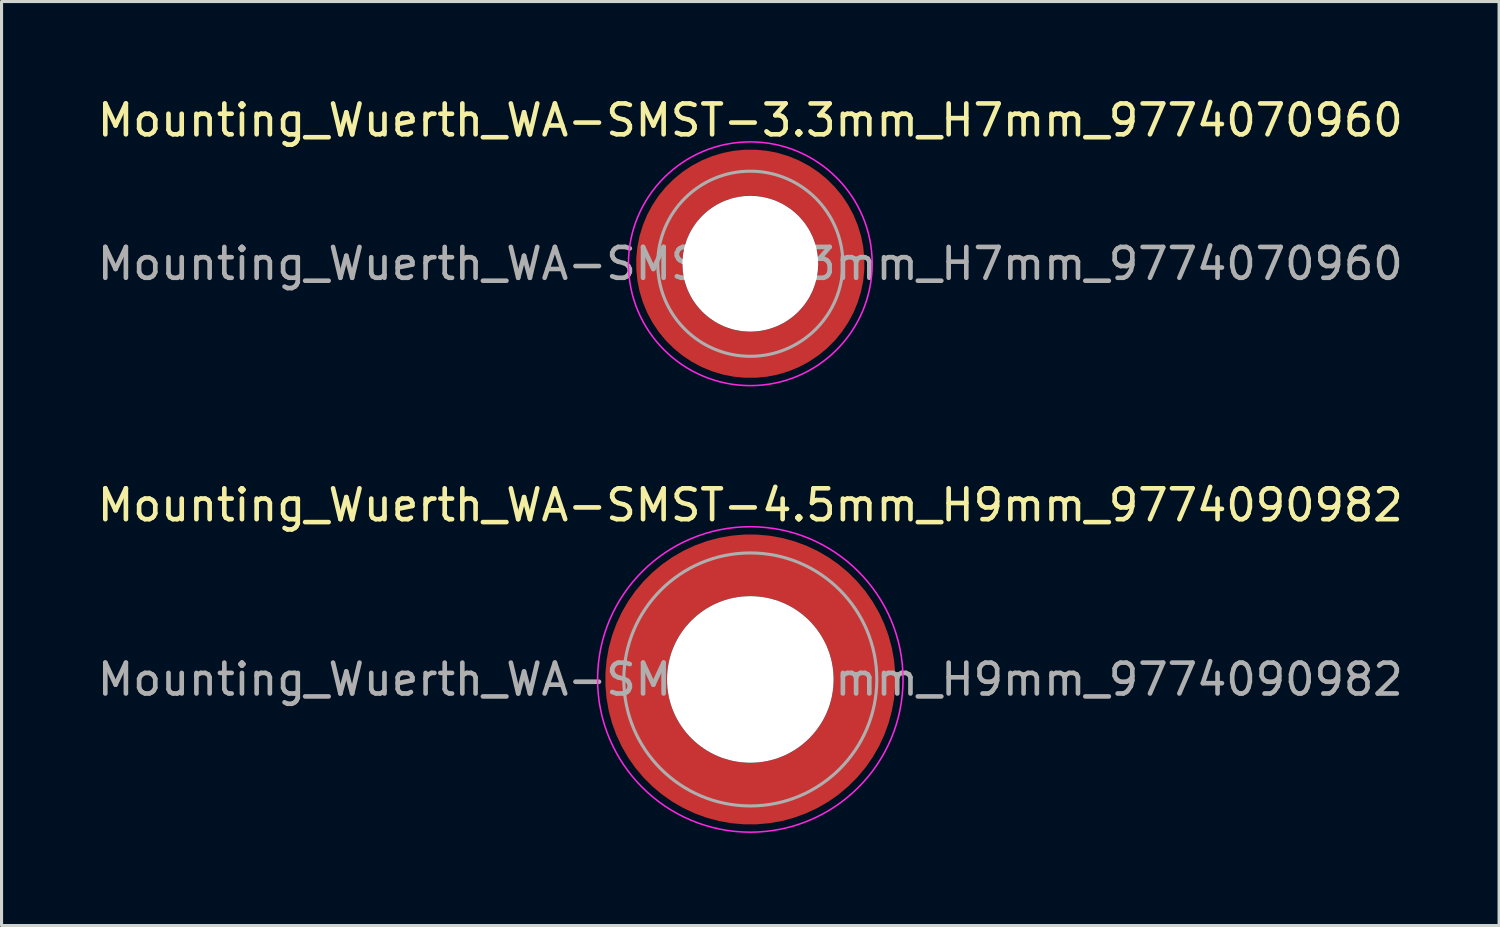
<source format=kicad_pcb>
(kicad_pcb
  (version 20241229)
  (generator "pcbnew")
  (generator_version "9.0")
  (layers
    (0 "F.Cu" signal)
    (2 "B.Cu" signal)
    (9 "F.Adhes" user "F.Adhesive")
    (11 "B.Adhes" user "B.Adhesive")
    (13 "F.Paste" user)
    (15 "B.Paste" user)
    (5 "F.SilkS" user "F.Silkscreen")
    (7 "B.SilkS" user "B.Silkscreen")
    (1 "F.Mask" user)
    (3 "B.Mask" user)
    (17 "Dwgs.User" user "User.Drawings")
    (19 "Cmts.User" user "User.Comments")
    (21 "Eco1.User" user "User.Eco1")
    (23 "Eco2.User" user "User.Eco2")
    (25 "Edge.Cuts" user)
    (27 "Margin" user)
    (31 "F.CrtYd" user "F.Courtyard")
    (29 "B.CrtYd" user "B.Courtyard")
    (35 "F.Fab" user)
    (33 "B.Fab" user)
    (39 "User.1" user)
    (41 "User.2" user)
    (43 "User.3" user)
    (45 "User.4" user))
  (footprint "Mounting_Wuerth_WA-SMST-4.5mm_H9mm_9774090982"
    (layer "F.Cu")
    (at 21.268 18.971)
    (property "Reference" "Mounting_Wuerth_WA-SMST-4.5mm_H9mm_9774090982" (at 0 -5.65 0) (layer "F.SilkS") (effects (font (size 1 1) (thickness 0.15))))
    (attr smd)
    (fp_circle (center 0 0) (end 4.95 0) (stroke (width 0.05) (type solid)) (fill no) (layer "F.CrtYd"))
    (fp_circle (center 0 0) (end 4.1 0) (stroke (width 0.1) (type solid)) (fill no) (layer "F.Fab"))
    (fp_text user "${REFERENCE}" (at 0 0 0) (layer "F.Fab") (effects (font (size 1 1) (thickness 0.15))))
    (pad "" smd custom (at -2.607 -2.607) (size 1.495 1.495) (layers "F.Paste") (options (anchor circle)) (primitives (gr_arc (start -0.188183 2.107456) (mid 0.598928 0.599619) (end 2.106494 -0.188011) (width 0.2)) (gr_arc (start -0.289416 2.107456) (mid 0.528508 0.529033) (end 2.106724 -0.28929) (width 0.2)) (gr_arc (start -0.390547 2.107456) (mid 0.457087 0.459449) (end 2.104161 -0.389996) (width 0.2)) (gr_arc (start -0.491585 2.107456) (mid 0.386415 0.389116) (end 2.103685 -0.490974) (width 0.2)) (gr_arc (start -0.59254 2.107456) (mid 0.31649 0.318035) (end 2.105297 -0.592202) (width 0.2)) (gr_arc (start -0.693419 2.107456) (mid 0.245252 0.248268) (end 2.103239 -0.692777) (width 0.2)) (gr_arc (start -0.794229 2.107456) (mid 0.174636 0.177878) (end 2.102921 -0.793559) (width 0.2)) (gr_arc (start -0.894975 2.107456) (mid 0.104643 0.106866) (end 2.104343 -0.894529) (width 0.2)) (gr_arc (start -0.995664 2.107456) (mid 0.033026 0.037479) (end 2.101219 -0.994793) (width 0.2)) (gr_arc (start -1.0963 2.107456) (mid -0.035789 -0.034714) (end 2.105949 -1.096096) (width 0.2)) (gr_arc (start -1.196886 2.107456) (mid -0.106351 -0.105157) (end 2.105783 -1.196666) (width 0.2)) (gr_arc (start -1.297427 2.107456) (mid -0.176416 -0.176097) (end 2.107009 -1.29737) (width 0.2)) (gr_arc (start -1.397927 2.107456) (mid -0.248476 -0.245042) (end 2.102638 -1.397323) (width 0.2)) (gr_arc (start -1.498388 2.107456) (mid -0.317612 -0.316913) (end 2.106475 -1.498268) (width 0.2)) (gr_arc (start -1.598813 2.107456) (mid -0.388865 -0.386665) (end 2.104366 -1.598444) (width 0.2)) (gr_arc (start -1.699204 2.107456) (mid -0.459747 -0.456787) (end 2.103299 -1.698719) (width 0.2)) (gr_arc (start -1.799565 2.107456) (mid -0.530257 -0.527283) (end 2.103277 -1.799089) (width 0.2)) (gr_arc (start -1.899896 2.107456) (mid -0.600396 -0.59815) (end 2.104299 -1.899545) (width 0.2)) (gr_arc (start -1.899896 2.107456) (mid -0.600396 -0.59815) (end 2.104299 -1.899545) (width 0.2)) (gr_line (start 2.107 -0.188) (end 2.107 -1.9) (width 0.2)) (gr_line (start -0.188 2.107) (end -1.9 2.107) (width 0.2))))
    (pad "" smd custom (at -2.607 2.607) (size 1.495 1.495) (layers "F.Paste") (options (anchor circle)) (primitives (gr_arc (start 2.107456 0.188183) (mid 0.599619 -0.598928) (end -0.188011 -2.106494) (width 0.2)) (gr_arc (start 2.107456 0.289416) (mid 0.529033 -0.528508) (end -0.28929 -2.106724) (width 0.2)) (gr_arc (start 2.107456 0.390547) (mid 0.459449 -0.457087) (end -0.389996 -2.104161) (width 0.2)) (gr_arc (start 2.107456 0.491585) (mid 0.389116 -0.386415) (end -0.490974 -2.103685) (width 0.2)) (gr_arc (start 2.107456 0.59254) (mid 0.318035 -0.31649) (end -0.592202 -2.105297) (width 0.2)) (gr_arc (start 2.107456 0.693419) (mid 0.248268 -0.245252) (end -0.692777 -2.103239) (width 0.2)) (gr_arc (start 2.107456 0.794229) (mid 0.177878 -0.174636) (end -0.793559 -2.102921) (width 0.2)) (gr_arc (start 2.107456 0.894975) (mid 0.106866 -0.104643) (end -0.894529 -2.104343) (width 0.2)) (gr_arc (start 2.107456 0.995664) (mid 0.037479 -0.033026) (end -0.994793 -2.101219) (width 0.2)) (gr_arc (start 2.107456 1.0963) (mid -0.034714 0.035789) (end -1.096096 -2.105949) (width 0.2)) (gr_arc (start 2.107456 1.196886) (mid -0.105157 0.106351) (end -1.196666 -2.105783) (width 0.2)) (gr_arc (start 2.107456 1.297427) (mid -0.176097 0.176416) (end -1.29737 -2.107009) (width 0.2)) (gr_arc (start 2.107456 1.397927) (mid -0.245042 0.248476) (end -1.397323 -2.102638) (width 0.2)) (gr_arc (start 2.107456 1.498388) (mid -0.316913 0.317612) (end -1.498268 -2.106475) (width 0.2)) (gr_arc (start 2.107456 1.598813) (mid -0.386665 0.388865) (end -1.598444 -2.104366) (width 0.2)) (gr_arc (start 2.107456 1.699204) (mid -0.456787 0.459747) (end -1.698719 -2.103299) (width 0.2)) (gr_arc (start 2.107456 1.799565) (mid -0.527283 0.530257) (end -1.799089 -2.103277) (width 0.2)) (gr_arc (start 2.107456 1.899896) (mid -0.59815 0.600396) (end -1.899545 -2.104299) (width 0.2)) (gr_arc (start 2.107456 1.899896) (mid -0.59815 0.600396) (end -1.899545 -2.104299) (width 0.2)) (gr_line (start -0.188 -2.107) (end -1.9 -2.107) (width 0.2)) (gr_line (start 2.107 0.188) (end 2.107 1.9) (width 0.2))))
    (pad "" np_thru_hole circle (at 0 0) (size 5.4 5.4) (drill 5.4) (layers "*.Cu" "*.Mask"))
    (pad "" smd custom (at 2.607 -2.607) (size 1.495 1.495) (layers "F.Paste") (options (anchor circle)) (primitives (gr_arc (start -2.107456 -0.188183) (mid -0.599619 0.598928) (end 0.188011 2.106494) (width 0.2)) (gr_arc (start -2.107456 -0.289416) (mid -0.529033 0.528508) (end 0.28929 2.106724) (width 0.2)) (gr_arc (start -2.107456 -0.390547) (mid -0.459449 0.457087) (end 0.389996 2.104161) (width 0.2)) (gr_arc (start -2.107456 -0.491585) (mid -0.389116 0.386415) (end 0.490974 2.103685) (width 0.2)) (gr_arc (start -2.107456 -0.59254) (mid -0.318035 0.31649) (end 0.592202 2.105297) (width 0.2)) (gr_arc (start -2.107456 -0.693419) (mid -0.248268 0.245252) (end 0.692777 2.103239) (width 0.2)) (gr_arc (start -2.107456 -0.794229) (mid -0.177878 0.174636) (end 0.793559 2.102921) (width 0.2)) (gr_arc (start -2.107456 -0.894975) (mid -0.106866 0.104643) (end 0.894529 2.104343) (width 0.2)) (gr_arc (start -2.107456 -0.995664) (mid -0.037479 0.033026) (end 0.994793 2.101219) (width 0.2)) (gr_arc (start -2.107456 -1.0963) (mid 0.034714 -0.035789) (end 1.096096 2.105949) (width 0.2)) (gr_arc (start -2.107456 -1.196886) (mid 0.105157 -0.106351) (end 1.196666 2.105783) (width 0.2)) (gr_arc (start -2.107456 -1.297427) (mid 0.176097 -0.176416) (end 1.29737 2.107009) (width 0.2)) (gr_arc (start -2.107456 -1.397927) (mid 0.245042 -0.248476) (end 1.397323 2.102638) (width 0.2)) (gr_arc (start -2.107456 -1.498388) (mid 0.316913 -0.317612) (end 1.498268 2.106475) (width 0.2)) (gr_arc (start -2.107456 -1.598813) (mid 0.386665 -0.388865) (end 1.598444 2.104366) (width 0.2)) (gr_arc (start -2.107456 -1.699204) (mid 0.456787 -0.459747) (end 1.698719 2.103299) (width 0.2)) (gr_arc (start -2.107456 -1.799565) (mid 0.527283 -0.530257) (end 1.799089 2.103277) (width 0.2)) (gr_arc (start -2.107456 -1.899896) (mid 0.59815 -0.600396) (end 1.899545 2.104299) (width 0.2)) (gr_arc (start -2.107456 -1.899896) (mid 0.59815 -0.600396) (end 1.899545 2.104299) (width 0.2)) (gr_line (start 0.188 2.107) (end 1.9 2.107) (width 0.2)) (gr_line (start -2.107 -0.188) (end -2.107 -1.9) (width 0.2))))
    (pad "" smd custom (at 2.607 2.607) (size 1.495 1.495) (layers "F.Paste") (options (anchor circle)) (primitives (gr_arc (start 0.188183 -2.107456) (mid -0.598928 -0.599619) (end -2.106494 0.188011) (width 0.2)) (gr_arc (start 0.289416 -2.107456) (mid -0.528508 -0.529033) (end -2.106724 0.28929) (width 0.2)) (gr_arc (start 0.390547 -2.107456) (mid -0.457087 -0.459449) (end -2.104161 0.389996) (width 0.2)) (gr_arc (start 0.491585 -2.107456) (mid -0.386415 -0.389116) (end -2.103685 0.490974) (width 0.2)) (gr_arc (start 0.59254 -2.107456) (mid -0.31649 -0.318035) (end -2.105297 0.592202) (width 0.2)) (gr_arc (start 0.693419 -2.107456) (mid -0.245252 -0.248268) (end -2.103239 0.692777) (width 0.2)) (gr_arc (start 0.794229 -2.107456) (mid -0.174636 -0.177878) (end -2.102921 0.793559) (width 0.2)) (gr_arc (start 0.894975 -2.107456) (mid -0.104643 -0.106866) (end -2.104343 0.894529) (width 0.2)) (gr_arc (start 0.995664 -2.107456) (mid -0.033026 -0.037479) (end -2.101219 0.994793) (width 0.2)) (gr_arc (start 1.0963 -2.107456) (mid 0.035789 0.034714) (end -2.105949 1.096096) (width 0.2)) (gr_arc (start 1.196886 -2.107456) (mid 0.106351 0.105157) (end -2.105783 1.196666) (width 0.2)) (gr_arc (start 1.297427 -2.107456) (mid 0.176416 0.176097) (end -2.107009 1.29737) (width 0.2)) (gr_arc (start 1.397927 -2.107456) (mid 0.248476 0.245042) (end -2.102638 1.397323) (width 0.2)) (gr_arc (start 1.498388 -2.107456) (mid 0.317612 0.316913) (end -2.106475 1.498268) (width 0.2)) (gr_arc (start 1.598813 -2.107456) (mid 0.388865 0.386665) (end -2.104366 1.598444) (width 0.2)) (gr_arc (start 1.699204 -2.107456) (mid 0.459747 0.456787) (end -2.103299 1.698719) (width 0.2)) (gr_arc (start 1.799565 -2.107456) (mid 0.530257 0.527283) (end -2.103277 1.799089) (width 0.2)) (gr_arc (start 1.899896 -2.107456) (mid 0.600396 0.59815) (end -2.104299 1.899545) (width 0.2)) (gr_arc (start 1.899896 -2.107456) (mid 0.600396 0.59815) (end -2.104299 1.899545) (width 0.2)) (gr_line (start -2.107 0.188) (end -2.107 1.9) (width 0.2)) (gr_line (start 0.188 -2.107) (end 1.9 -2.107) (width 0.2))))
    (pad "1" smd circle (at -3.7 0) (size 1.6 1.6) (layers "F.Cu"))
    (pad "1" smd circle (at 0 -3.7) (size 1.6 1.6) (layers "F.Cu"))
    (pad "1" smd circle (at 0 3.7) (size 1.6 1.6) (layers "F.Cu"))
    (pad "1" smd custom (at 3.7 0) (size 1.6 1.6) (layers "F.Cu" "F.Mask") (options (anchor circle)) (primitives (gr_circle (center -3.7 0) (end 0 0) (width 2) (fill no)))))
  (footprint "Mounting_Wuerth_WA-SMST-3.3mm_H7mm_9774070960"
    (layer "F.Cu")
    (at 21.268 5.498)
    (property "Reference" "Mounting_Wuerth_WA-SMST-3.3mm_H7mm_9774070960" (at 0 -4.65 0) (layer "F.SilkS") (effects (font (size 1 1) (thickness 0.15))))
    (attr smd)
    (fp_circle (center 0 0) (end 3.95 0) (stroke (width 0.05) (type solid)) (fill no) (layer "F.CrtYd"))
    (fp_circle (center 0 0) (end 3 0) (stroke (width 0.1) (type solid)) (fill no) (layer "F.Fab"))
    (fp_text user "${REFERENCE}" (at 0 0 0) (layer "F.Fab") (effects (font (size 1 1) (thickness 0.15))))
    (pad "" smd custom (at -2.058 -2.058) (size 0.7 0.7) (layers "F.Paste") (options (anchor circle)) (primitives (gr_arc (start -0.377294 1.707681) (mid 0.317579 0.318817) (end 1.705947 -0.377044) (width 0.2)) (gr_arc (start -0.478281 1.707681) (mid 0.246161 0.248814) (end 1.703965 -0.477765) (width 0.2)) (gr_arc (start -0.579192 1.707681) (mid 0.175492 0.178063) (end 1.704077 -0.578711) (width 0.2)) (gr_arc (start -0.680037 1.707681) (mid 0.105568 0.106564) (end 1.706284 -0.679858) (width 0.2)) (gr_arc (start -0.780822 1.707681) (mid 0.034627 0.036085) (end 1.705634 -0.780569) (width 0.2)) (gr_arc (start -0.881554 1.707681) (mid -0.035694 -0.035016) (end 1.706729 -0.881441) (width 0.2)) (gr_arc (start -0.982237 1.707681) (mid -0.107281 -0.10485) (end 1.704266 -0.981842) (width 0.2)) (gr_arc (start -1.082877 1.707681) (mid -0.178372 -0.175181) (end 1.703197 -1.082374) (width 0.2)) (gr_arc (start -1.183476 1.707681) (mid -0.248964 -0.246008) (end 1.703525 -1.183025) (width 0.2)) (gr_arc (start -1.28404 1.707681) (mid -0.319062 -0.317333) (end 1.70525 -1.283784) (width 0.2)) (gr_line (start 1.708 -0.377) (end 1.708 -1.284) (width 0.2)) (gr_line (start -0.377 1.708) (end -1.284 1.708) (width 0.2))))
    (pad "" smd custom (at -2.058 2.058) (size 0.7 0.7) (layers "F.Paste") (options (anchor circle)) (primitives (gr_arc (start 1.707681 0.377294) (mid 0.318817 -0.317579) (end -0.377044 -1.705947) (width 0.2)) (gr_arc (start 1.707681 0.478281) (mid 0.248814 -0.246161) (end -0.477765 -1.703965) (width 0.2)) (gr_arc (start 1.707681 0.579192) (mid 0.178063 -0.175492) (end -0.578711 -1.704077) (width 0.2)) (gr_arc (start 1.707681 0.680037) (mid 0.106564 -0.105568) (end -0.679858 -1.706284) (width 0.2)) (gr_arc (start 1.707681 0.780822) (mid 0.036085 -0.034627) (end -0.780569 -1.705634) (width 0.2)) (gr_arc (start 1.707681 0.881554) (mid -0.035016 0.035694) (end -0.881441 -1.706729) (width 0.2)) (gr_arc (start 1.707681 0.982237) (mid -0.10485 0.107281) (end -0.981842 -1.704266) (width 0.2)) (gr_arc (start 1.707681 1.082877) (mid -0.175181 0.178372) (end -1.082374 -1.703197) (width 0.2)) (gr_arc (start 1.707681 1.183476) (mid -0.246008 0.248964) (end -1.183025 -1.703525) (width 0.2)) (gr_arc (start 1.707681 1.28404) (mid -0.317333 0.319062) (end -1.283784 -1.70525) (width 0.2)) (gr_line (start -0.377 -1.708) (end -1.284 -1.708) (width 0.2)) (gr_line (start 1.708 0.377) (end 1.708 1.284) (width 0.2))))
    (pad "" np_thru_hole circle (at 0 0) (size 4.4 4.4) (drill 4.4) (layers "*.Cu" "*.Mask"))
    (pad "" smd custom (at 2.058 -2.058) (size 0.7 0.7) (layers "F.Paste") (options (anchor circle)) (primitives (gr_arc (start -1.707681 -0.377294) (mid -0.318817 0.317579) (end 0.377044 1.705947) (width 0.2)) (gr_arc (start -1.707681 -0.478281) (mid -0.248814 0.246161) (end 0.477765 1.703965) (width 0.2)) (gr_arc (start -1.707681 -0.579192) (mid -0.178063 0.175492) (end 0.578711 1.704077) (width 0.2)) (gr_arc (start -1.707681 -0.680037) (mid -0.106564 0.105568) (end 0.679858 1.706284) (width 0.2)) (gr_arc (start -1.707681 -0.780822) (mid -0.036085 0.034627) (end 0.780569 1.705634) (width 0.2)) (gr_arc (start -1.707681 -0.881554) (mid 0.035016 -0.035694) (end 0.881441 1.706729) (width 0.2)) (gr_arc (start -1.707681 -0.982237) (mid 0.10485 -0.107281) (end 0.981842 1.704266) (width 0.2)) (gr_arc (start -1.707681 -1.082877) (mid 0.175181 -0.178372) (end 1.082374 1.703197) (width 0.2)) (gr_arc (start -1.707681 -1.183476) (mid 0.246008 -0.248964) (end 1.183025 1.703525) (width 0.2)) (gr_arc (start -1.707681 -1.28404) (mid 0.317333 -0.319062) (end 1.283784 1.70525) (width 0.2)) (gr_line (start 0.377 1.708) (end 1.284 1.708) (width 0.2)) (gr_line (start -1.708 -0.377) (end -1.708 -1.284) (width 0.2))))
    (pad "" smd custom (at 2.058 2.058) (size 0.7 0.7) (layers "F.Paste") (options (anchor circle)) (primitives (gr_arc (start 0.377294 -1.707681) (mid -0.317579 -0.318817) (end -1.705947 0.377044) (width 0.2)) (gr_arc (start 0.478281 -1.707681) (mid -0.246161 -0.248814) (end -1.703965 0.477765) (width 0.2)) (gr_arc (start 0.579192 -1.707681) (mid -0.175492 -0.178063) (end -1.704077 0.578711) (width 0.2)) (gr_arc (start 0.680037 -1.707681) (mid -0.105568 -0.106564) (end -1.706284 0.679858) (width 0.2)) (gr_arc (start 0.780822 -1.707681) (mid -0.034627 -0.036085) (end -1.705634 0.780569) (width 0.2)) (gr_arc (start 0.881554 -1.707681) (mid 0.035694 0.035016) (end -1.706729 0.881441) (width 0.2)) (gr_arc (start 0.982237 -1.707681) (mid 0.107281 0.10485) (end -1.704266 0.981842) (width 0.2)) (gr_arc (start 1.082877 -1.707681) (mid 0.178372 0.175181) (end -1.703197 1.082374) (width 0.2)) (gr_arc (start 1.183476 -1.707681) (mid 0.248964 0.246008) (end -1.703525 1.183025) (width 0.2)) (gr_arc (start 1.28404 -1.707681) (mid 0.319062 0.317333) (end -1.70525 1.283784) (width 0.2)) (gr_line (start -1.708 0.377) (end -1.708 1.284) (width 0.2)) (gr_line (start 0.377 -1.708) (end 1.284 -1.708) (width 0.2))))
    (pad "1" smd circle (at -2.95 0) (size 1.1 1.1) (layers "F.Cu"))
    (pad "1" smd circle (at 0 -2.95) (size 1.1 1.1) (layers "F.Cu"))
    (pad "1" smd circle (at 0 2.95) (size 1.1 1.1) (layers "F.Cu"))
    (pad "1" smd custom (at 2.95 0) (size 1.1 1.1) (layers "F.Cu" "F.Mask") (options (anchor circle)) (primitives (gr_circle (center -2.95 0) (end 0 0) (width 1.5) (fill no)))))
  (gr_rect
    (start -3 -3)
    (end 45.536 26.947)
    (stroke (width 0.1) (type default))
    (fill no)
    (layer "Edge.Cuts")))
</source>
